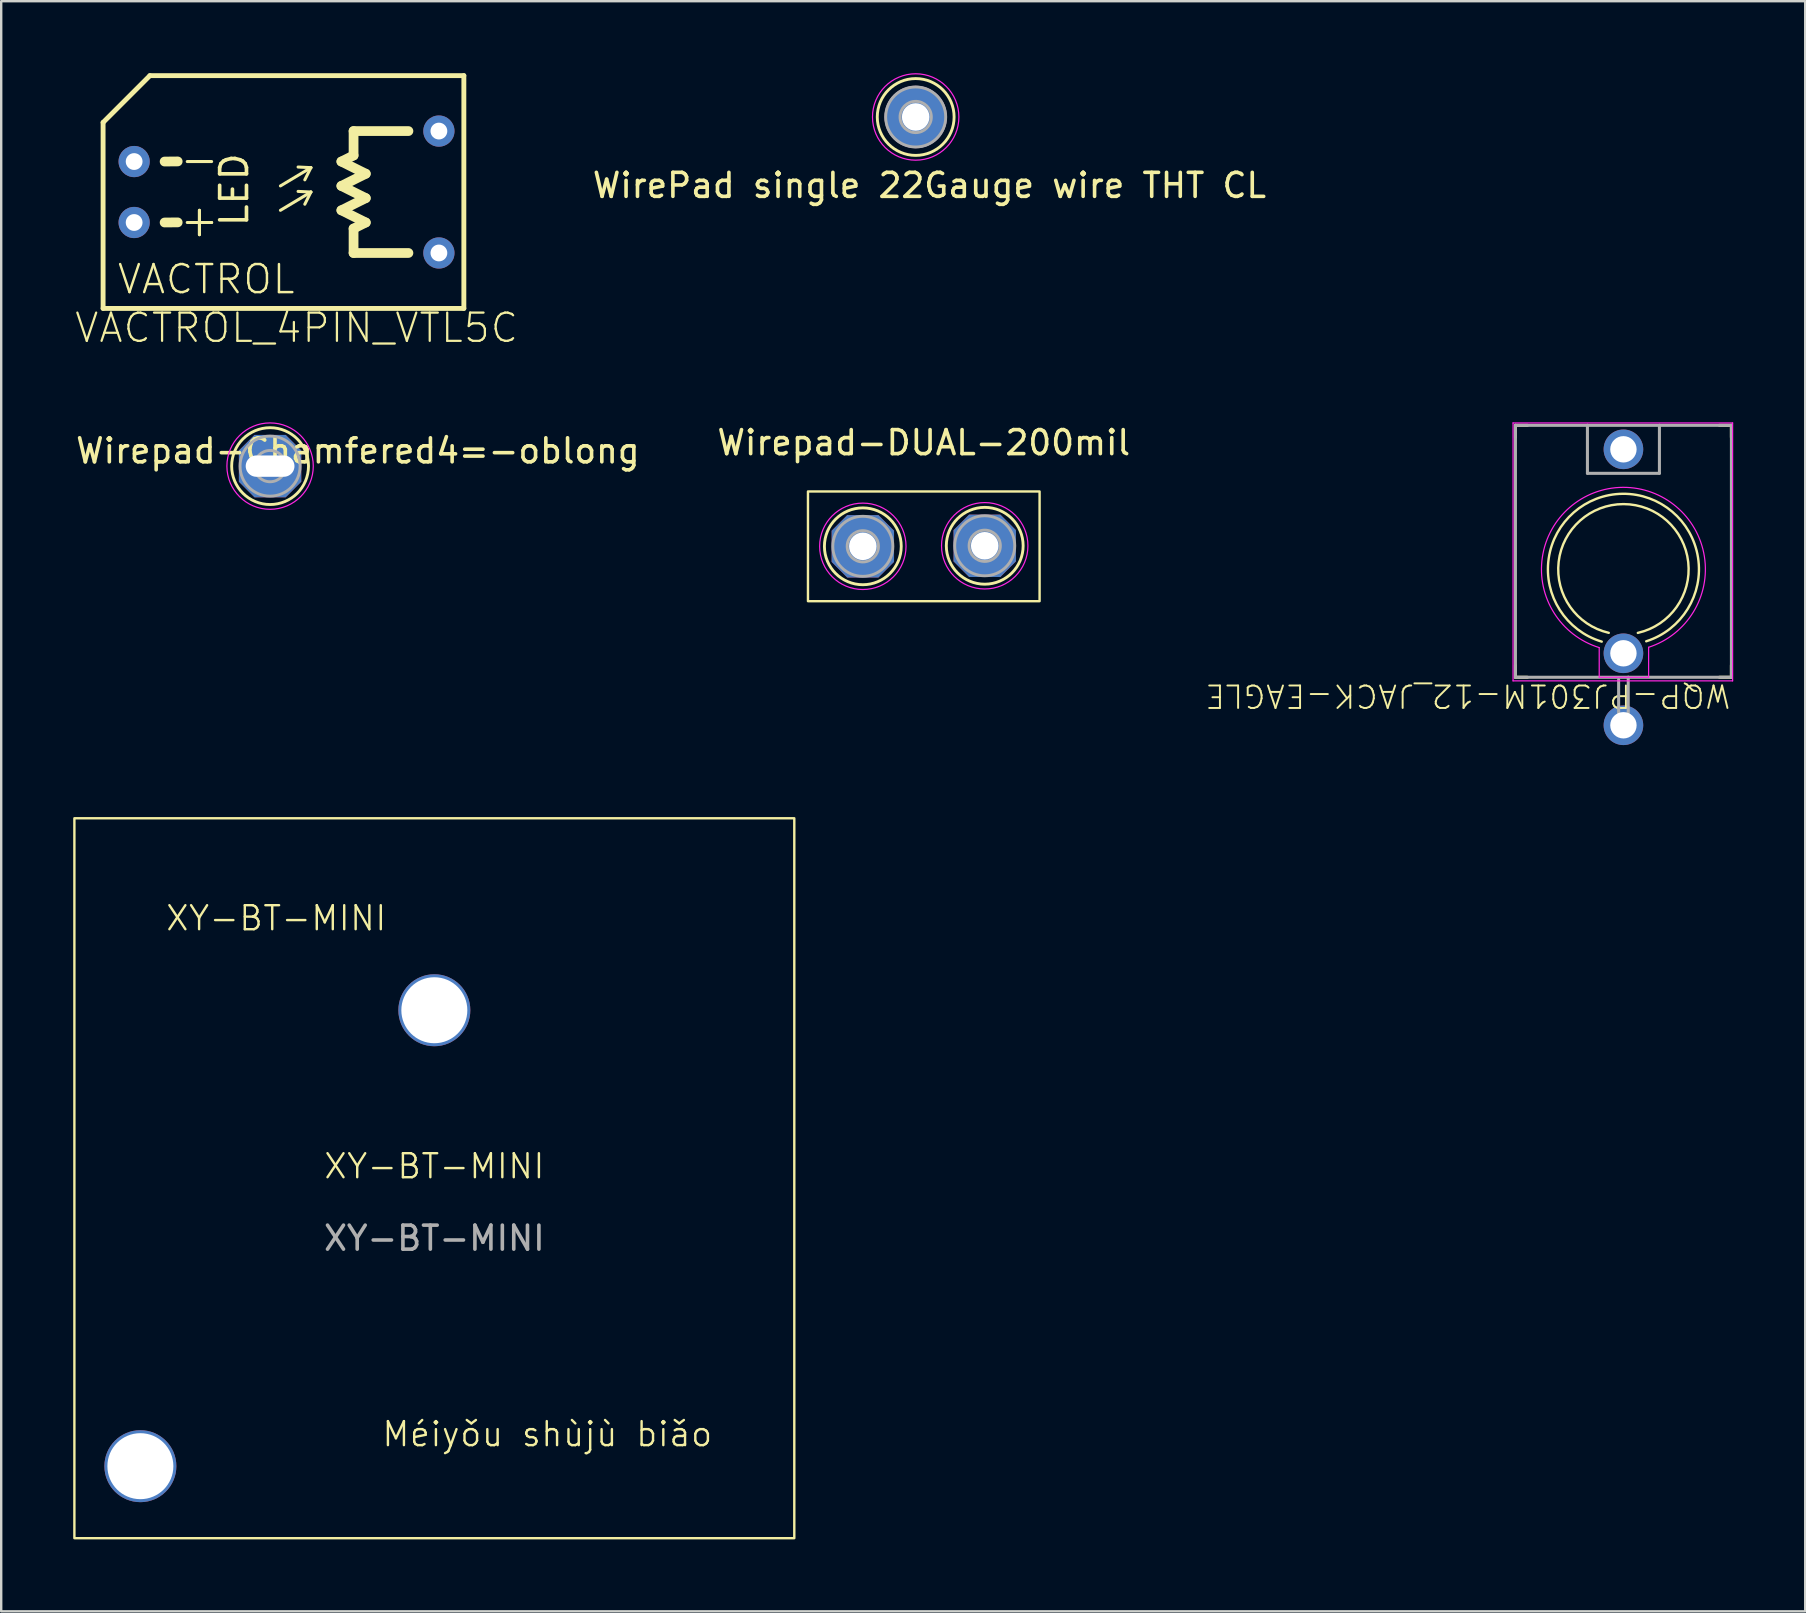
<source format=kicad_pcb>
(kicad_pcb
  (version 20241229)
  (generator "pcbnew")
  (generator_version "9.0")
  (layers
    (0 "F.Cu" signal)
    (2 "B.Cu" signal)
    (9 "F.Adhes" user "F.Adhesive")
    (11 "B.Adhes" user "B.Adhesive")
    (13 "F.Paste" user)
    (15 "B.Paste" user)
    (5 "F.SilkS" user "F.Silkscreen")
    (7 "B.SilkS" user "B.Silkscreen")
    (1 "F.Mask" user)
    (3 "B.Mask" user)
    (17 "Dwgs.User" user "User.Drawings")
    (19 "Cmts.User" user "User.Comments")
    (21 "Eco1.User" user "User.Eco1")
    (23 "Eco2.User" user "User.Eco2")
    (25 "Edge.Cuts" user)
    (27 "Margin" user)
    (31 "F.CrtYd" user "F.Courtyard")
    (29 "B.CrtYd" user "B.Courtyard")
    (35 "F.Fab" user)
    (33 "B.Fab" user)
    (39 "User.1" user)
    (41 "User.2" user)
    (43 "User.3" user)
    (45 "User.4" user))
  (footprint "Wirepad-DUAL-200mil"
    (layer "F.Cu")
    (at 32.906 19.716)
    (property "Reference" "Wirepad-DUAL-200mil" (at 2.54 -4.318 0) (layer "F.SilkS") (effects (font (size 1 1) (thickness 0.15))))
    (attr through_hole)
    (fp_rect (start -2.286 -2.286) (end 7.366 2.286) (stroke (width 0.1) (type default)) (fill no) (layer "F.SilkS"))
    (fp_circle (center 0 0) (end 1.6 0.05) (stroke (width 0.12) (type solid)) (fill no) (layer "F.SilkS"))
    (fp_circle (center 5.08 -0.022) (end 6.68 0.028) (stroke (width 0.12) (type solid)) (fill no) (layer "F.SilkS"))
    (fp_circle (center 0 0) (end 1.8 0) (stroke (width 0.05) (type solid)) (fill no) (layer "F.CrtYd"))
    (fp_circle (center 5.08 -0.022) (end 6.88 -0.022) (stroke (width 0.05) (type solid)) (fill no) (layer "F.CrtYd"))
    (fp_circle (center 0 0) (end 0.65 -0.05) (stroke (width 0.12) (type solid)) (fill no) (layer "F.Fab"))
    (fp_circle (center 0 0) (end 1.25 -0.05) (stroke (width 0.12) (type solid)) (fill no) (layer "F.Fab"))
    (fp_circle (center 5.08 -0.022) (end 5.73 -0.072) (stroke (width 0.12) (type solid)) (fill no) (layer "F.Fab"))
    (fp_circle (center 5.08 -0.022) (end 6.33 -0.072) (stroke (width 0.12) (type solid)) (fill no) (layer "F.Fab"))
    (pad "1" thru_hole roundrect (at 0 0) (size 2.6 2.6) (drill 1.148) (layers "*.Cu" "*.Mask") (roundrect_rratio 0) (chamfer_ratio 0.25) (chamfer top_left top_right bottom_left bottom_right))
    (pad "2" thru_hole roundrect (at 5.08 -0.022) (size 2.6 2.6) (drill 1.148) (layers "*.Cu" "*.Mask") (roundrect_rratio 0) (chamfer_ratio 0.25) (chamfer top_left top_right bottom_left bottom_right)))
  (footprint "Wirepad-Chamfered4=-oblong"
    (layer "F.Cu")
    (at 8.205 16.374)
    (property "Reference" "Wirepad-Chamfered4=-oblong" (at 3.658 -0.635 0) (layer "F.SilkS") (effects (font (size 1 1) (thickness 0.15))))
    (attr through_hole)
    (fp_circle (center 0 0) (end 1.6 0.05) (stroke (width 0.12) (type solid)) (fill no) (layer "F.SilkS"))
    (fp_circle (center 0 0) (end 1.8 0) (stroke (width 0.05) (type solid)) (fill no) (layer "F.CrtYd"))
    (fp_circle (center 0 0) (end 0.65 -0.05) (stroke (width 0.12) (type solid)) (fill no) (layer "F.Fab"))
    (fp_circle (center 0 0) (end 1.25 -0.05) (stroke (width 0.12) (type solid)) (fill no) (layer "F.Fab"))
    (pad "1" thru_hole roundrect (at 0 0) (size 2.6 2.6) (drill oval 2.032 0.889) (layers "*.Cu" "*.Mask") (roundrect_rratio 0) (chamfer_ratio 0.25) (chamfer top_left top_right bottom_left bottom_right)))
  (footprint "XY-BT-MINI"
    (layer "F.Cu")
    (at 15.05 46.049)
    (property "Reference" "XY-BT-MINI" (at 0 -0.5 0) (unlocked yes) (layer "F.SilkS") (effects (font (size 1 1) (thickness 0.1))))
    (attr through_hole)
    (fp_rect (start -15 -15) (end 15 15) (stroke (width 0.1) (type default)) (fill no) (layer "F.SilkS"))
    (fp_text user "XY-BT-MINI" (at -11.25 -10.25 0) (unlocked yes) (layer "F.SilkS") (effects (font (size 1 1) (thickness 0.1)) (justify left bottom)))
    (fp_text user " Méiyǒu shùjù biǎo" (at -3 11.25 0) (unlocked yes) (layer "F.SilkS") (effects (font (size 1 1) (thickness 0.1)) (justify left bottom)))
    (fp_text user "${REFERENCE}" (at 0 2.5 0) (unlocked yes) (layer "F.Fab") (effects (font (size 1 1) (thickness 0.15))))
    (pad "1" thru_hole circle (at 0 -7) (size 3 3) (drill 2.75) (layers "*.Cu" "*.Mask"))
    (pad "2" thru_hole circle (at -12.25 12) (size 3 3) (drill 2.75) (layers "*.Cu" "*.Mask")))
  (footprint "VACTROL_4PIN_VTL5C"
    (layer "F.Cu")
    (at 8.89 4.952)
    (property "Reference" "VACTROL_4PIN_VTL5C" (at -8.89 6.35 0) (layer "F.SilkS") (effects (font (size 1.177 1.177) (thickness 0.093)) (justify left bottom)))
    (fp_line (start -7.644 -2.9) (end -5.694 -4.85) (stroke (width 0.203) (type solid)) (layer "F.SilkS"))
    (fp_line (start -7.644 4.85) (end -7.644 -2.9) (stroke (width 0.203) (type solid)) (layer "F.SilkS"))
    (fp_line (start -5.694 -4.85) (end 7.39 -4.85) (stroke (width 0.203) (type solid)) (layer "F.SilkS"))
    (fp_line (start -5.08 -1.27) (end -4.535 -1.275) (stroke (width 0.406) (type solid)) (layer "F.SilkS"))
    (fp_line (start -5.08 1.27) (end -4.535 1.265) (stroke (width 0.406) (type solid)) (layer "F.SilkS"))
    (fp_line (start -4.137 1.27) (end -3.629 1.27) (stroke (width 0.127) (type solid)) (layer "F.SilkS"))
    (fp_line (start -3.629 0.762) (end -3.629 1.27) (stroke (width 0.127) (type solid)) (layer "F.SilkS"))
    (fp_line (start -3.629 1.27) (end -3.629 0.762) (stroke (width 0.127) (type solid)) (layer "F.SilkS"))
    (fp_line (start -3.629 1.27) (end -3.629 1.778) (stroke (width 0.127) (type solid)) (layer "F.SilkS"))
    (fp_line (start -3.629 1.27) (end -3.121 1.27) (stroke (width 0.127) (type solid)) (layer "F.SilkS"))
    (fp_line (start -3.629 1.778) (end -3.629 1.27) (stroke (width 0.127) (type solid)) (layer "F.SilkS"))
    (fp_line (start -3.121 -1.27) (end -4.137 -1.27) (stroke (width 0.127) (type solid)) (layer "F.SilkS"))
    (fp_line (start -3.121 1.27) (end -3.629 1.27) (stroke (width 0.127) (type solid)) (layer "F.SilkS"))
    (fp_line (start -0.254 -0.254) (end 1.016 -1.016) (stroke (width 0.127) (type solid)) (layer "F.SilkS"))
    (fp_line (start -0.254 0.762) (end 1.016 0) (stroke (width 0.127) (type solid)) (layer "F.SilkS"))
    (fp_line (start 0.482 -1.042) (end 1.016 -1.016) (stroke (width 0.127) (type solid)) (layer "F.SilkS"))
    (fp_line (start 0.482 -0.026) (end 1.016 0) (stroke (width 0.127) (type solid)) (layer "F.SilkS"))
    (fp_line (start 1.016 -1.016) (end 0.762 -0.508) (stroke (width 0.127) (type solid)) (layer "F.SilkS"))
    (fp_line (start 1.016 0) (end 0.762 0.508) (stroke (width 0.127) (type solid)) (layer "F.SilkS"))
    (fp_line (start 2.286 -1.27) (end 3.302 -0.762) (stroke (width 0.406) (type solid)) (layer "F.SilkS"))
    (fp_line (start 2.286 -0.254) (end 3.302 0.254) (stroke (width 0.406) (type solid)) (layer "F.SilkS"))
    (fp_line (start 2.286 0.762) (end 3.302 1.27) (stroke (width 0.406) (type solid)) (layer "F.SilkS"))
    (fp_line (start 2.794 -2.54) (end 5.08 -2.54) (stroke (width 0.406) (type solid)) (layer "F.SilkS"))
    (fp_line (start 2.794 -1.524) (end 2.286 -1.27) (stroke (width 0.406) (type solid)) (layer "F.SilkS"))
    (fp_line (start 2.794 -1.524) (end 2.794 -2.54) (stroke (width 0.406) (type solid)) (layer "F.SilkS"))
    (fp_line (start 2.794 1.524) (end 2.794 2.54) (stroke (width 0.406) (type solid)) (layer "F.SilkS"))
    (fp_line (start 2.794 2.54) (end 5.08 2.54) (stroke (width 0.406) (type solid)) (layer "F.SilkS"))
    (fp_line (start 3.302 -0.762) (end 2.286 -0.254) (stroke (width 0.406) (type solid)) (layer "F.SilkS"))
    (fp_line (start 3.302 0.254) (end 2.286 0.762) (stroke (width 0.406) (type solid)) (layer "F.SilkS"))
    (fp_line (start 3.302 1.27) (end 2.794 1.524) (stroke (width 0.406) (type solid)) (layer "F.SilkS"))
    (fp_line (start 7.39 -4.85) (end 7.39 4.85) (stroke (width 0.203) (type solid)) (layer "F.SilkS"))
    (fp_line (start 7.39 4.85) (end -7.644 4.85) (stroke (width 0.203) (type solid)) (layer "F.SilkS"))
    (fp_text user "LED" (at -1.524 1.524 90) (layer "F.SilkS") (effects (font (size 1.118 1.118) (thickness 0.152)) (justify left bottom)))
    (fp_text user "VACTROL" (at -7.112 4.318 0) (layer "F.SilkS") (effects (font (size 1.168 1.168) (thickness 0.102)) (justify left bottom)))
    (pad "1" thru_hole circle (at -6.35 -1.27) (size 1.3 1.3) (drill 0.7) (layers "*.Cu" "*.Mask"))
    (pad "2" thru_hole circle (at -6.35 1.27) (size 1.3 1.3) (drill 0.7) (layers "*.Cu" "*.Mask"))
    (pad "3" thru_hole circle (at 6.35 -2.54) (size 1.3 1.3) (drill 0.7) (layers "*.Cu" "*.Mask"))
    (pad "4" thru_hole circle (at 6.35 2.54) (size 1.3 1.3) (drill 0.7) (layers "*.Cu" "*.Mask")))
  (footprint "WirePad single 22Gauge wire THT CL"
    (layer "F.Cu")
    (at 35.109 1.825)
    (property "Reference" "WirePad single 22Gauge wire THT CL" (at 0.573 2.852 0) (layer "F.SilkS") (effects (font (size 1 1) (thickness 0.15))))
    (attr through_hole)
    (fp_circle (center 0 0) (end 1.6 0.05) (stroke (width 0.12) (type solid)) (fill no) (layer "F.SilkS"))
    (fp_circle (center 0 0) (end 1.8 0) (stroke (width 0.05) (type solid)) (fill no) (layer "F.CrtYd"))
    (fp_circle (center 0 0) (end 0.65 -0.05) (stroke (width 0.12) (type solid)) (fill no) (layer "F.Fab"))
    (fp_circle (center 0 0) (end 1.25 -0.05) (stroke (width 0.12) (type solid)) (fill no) (layer "F.Fab"))
    (pad "1" thru_hole circle (at 0 0) (size 2.6 2.6) (drill 1.148) (layers "*.Cu" "*.Mask")))
  (footprint "WQP-PJ301M-12_JACK-EAGLE"
    (layer "F.Cu")
    (at 64.602 20.674)
    (property "Reference" "WQP-PJ301M-12_JACK-EAGLE" (at 4.521 4.724 180) (unlocked yes) (layer "F.SilkS") (effects (font (size 0.935 0.935) (thickness 0.081)) (justify left bottom)))
    (fp_line (start -4.5 -6) (end -4 -6) (stroke (width 0.127) (type solid)) (layer "F.SilkS"))
    (fp_line (start -4.5 -5.5) (end -4.5 -6) (stroke (width 0.127) (type solid)) (layer "F.SilkS"))
    (fp_line (start -4.5 4) (end -4.5 4.5) (stroke (width 0.127) (type solid)) (layer "F.SilkS"))
    (fp_line (start -4.5 4.5) (end -4 4.5) (stroke (width 0.127) (type solid)) (layer "F.SilkS"))
    (fp_line (start 4 -6) (end 4.5 -6) (stroke (width 0.127) (type solid)) (layer "F.SilkS"))
    (fp_line (start 4.5 -6) (end 4.5 -5.5) (stroke (width 0.127) (type solid)) (layer "F.SilkS"))
    (fp_line (start 4.5 4) (end 4.5 4.5) (stroke (width 0.127) (type solid)) (layer "F.SilkS"))
    (fp_line (start 4.5 4.5) (end 4 4.5) (stroke (width 0.127) (type solid)) (layer "F.SilkS"))
    (fp_arc (start -0.904233 3.01411) (mid -0.023946 -3.146732) (end 0.95 2.999999) (stroke (width 0.1) (type default)) (layer "F.SilkS"))
    (fp_arc (start -0.61096 2.647494) (mid 0.005621 -2.717069) (end 0.6 2.649999) (stroke (width 0.1) (type default)) (layer "F.SilkS"))
    (fp_line (start -4.6 -6.1) (end -4.6 4.65) (stroke (width 0.05) (type default)) (layer "F.CrtYd"))
    (fp_line (start -4.6 -6.1) (end 4.55 -6.1) (stroke (width 0.05) (type default)) (layer "F.CrtYd"))
    (fp_line (start -1.009 3.263) (end -1.009 4.5) (stroke (width 0.05) (type default)) (layer "F.CrtYd"))
    (fp_line (start -1.009 4.5) (end 1.05 4.5) (stroke (width 0.05) (type default)) (layer "F.CrtYd"))
    (fp_line (start 1.05 4.5) (end 1.05 3.25) (stroke (width 0.05) (type default)) (layer "F.CrtYd"))
    (fp_line (start 4.55 -6.1) (end 4.55 4.65) (stroke (width 0.05) (type default)) (layer "F.CrtYd"))
    (fp_line (start 4.55 4.65) (end -4.6 4.65) (stroke (width 0.05) (type default)) (layer "F.CrtYd"))
    (fp_arc (start -1.00859 3.263088) (mid -0.021715 -3.415337) (end 1.05 3.25) (stroke (width 0.05) (type default)) (layer "F.CrtYd"))
    (fp_line (start -4.5 -6) (end -4.5 4.5) (stroke (width 0.127) (type solid)) (layer "F.Fab"))
    (fp_line (start -4.5 -6) (end -1.5 -6) (stroke (width 0.127) (type solid)) (layer "F.Fab"))
    (fp_line (start -4.5 4.5) (end 0.2 4.5) (stroke (width 0.127) (type solid)) (layer "F.Fab"))
    (fp_line (start -1.5 -6) (end -1.5 -4) (stroke (width 0.127) (type solid)) (layer "F.Fab"))
    (fp_line (start -1.5 -6) (end 1.5 -6) (stroke (width 0.127) (type solid)) (layer "F.Fab"))
    (fp_line (start -1.5 -4) (end 1.5 -4) (stroke (width 0.127) (type solid)) (layer "F.Fab"))
    (fp_line (start -0.2 4.6) (end -0.2 6.7) (stroke (width 0.127) (type solid)) (layer "F.Fab"))
    (fp_line (start -0.2 6.7) (end 0.2 6.7) (stroke (width 0.127) (type solid)) (layer "F.Fab"))
    (fp_line (start 0.2 4.5) (end 4.5 4.5) (stroke (width 0.127) (type solid)) (layer "F.Fab"))
    (fp_line (start 0.2 6.7) (end 0.2 4.5) (stroke (width 0.127) (type solid)) (layer "F.Fab"))
    (fp_line (start 1.5 -6) (end 4.5 -6) (stroke (width 0.127) (type solid)) (layer "F.Fab"))
    (fp_line (start 1.5 -4) (end 1.5 -6) (stroke (width 0.127) (type solid)) (layer "F.Fab"))
    (fp_line (start 4.5 4.5) (end 4.5 -6) (stroke (width 0.127) (type solid)) (layer "F.Fab"))
    (pad "P$1_TIP" thru_hole circle (at 0 -5) (size 1.65 1.65) (drill 1.1) (layers "*.Cu" "*.Mask"))
    (pad "P$2_SWITCH" thru_hole circle (at 0 3.5) (size 1.65 1.65) (drill 1.1) (layers "*.Cu" "*.Mask"))
    (pad "P$3_SLEEVE" thru_hole circle (at 0 6.5) (size 1.65 1.65) (drill 1.1) (layers "*.Cu" "*.Mask")))
  (gr_rect
    (start -3 -3)
    (end 72.177 64.099)
    (stroke (width 0.1) (type default))
    (fill no)
    (layer "Edge.Cuts")))
</source>
